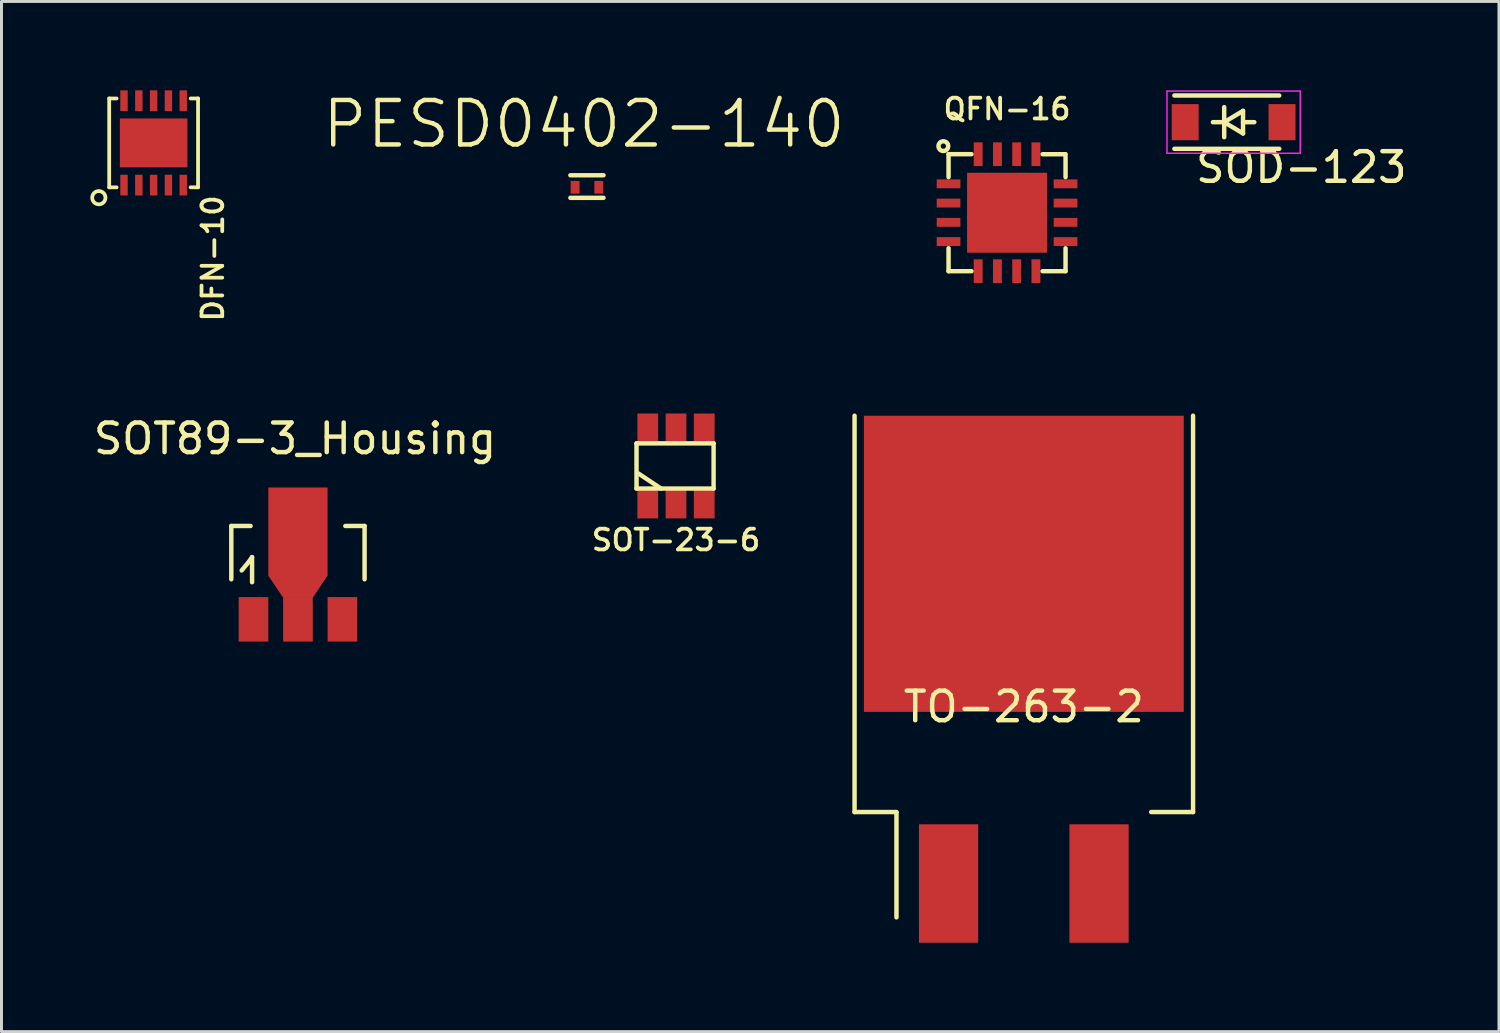
<source format=kicad_pcb>
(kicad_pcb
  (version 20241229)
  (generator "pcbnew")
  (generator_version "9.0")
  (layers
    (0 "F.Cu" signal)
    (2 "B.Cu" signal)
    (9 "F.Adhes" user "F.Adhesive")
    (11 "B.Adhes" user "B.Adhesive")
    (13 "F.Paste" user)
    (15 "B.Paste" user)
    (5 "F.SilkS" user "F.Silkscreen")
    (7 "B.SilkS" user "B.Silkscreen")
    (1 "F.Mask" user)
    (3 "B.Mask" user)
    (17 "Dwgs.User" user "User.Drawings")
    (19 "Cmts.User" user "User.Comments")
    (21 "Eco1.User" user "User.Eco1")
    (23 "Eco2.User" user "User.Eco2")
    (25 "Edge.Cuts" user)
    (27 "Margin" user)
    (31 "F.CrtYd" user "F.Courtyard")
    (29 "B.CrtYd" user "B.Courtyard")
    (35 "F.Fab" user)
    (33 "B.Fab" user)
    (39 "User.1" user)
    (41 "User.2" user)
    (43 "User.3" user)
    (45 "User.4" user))
  (footprint "QFN-16"
    (layer "F.Cu")
    (at 30.953 4.132)
    (property "Reference" "QFN-16" (at 0 -3.5 0) (layer "F.SilkS") (effects (font (size 0.7 0.7) (thickness 0.127))))
    (attr through_hole)
    (fp_line (start -1.975 -1.201) (end -1.975 -1.976) (stroke (width 0.15) (type solid)) (layer "F.SilkS"))
    (fp_line (start -1.975 1.201) (end -1.975 1.975) (stroke (width 0.15) (type solid)) (layer "F.SilkS"))
    (fp_line (start -1.974 -1.976) (end -1.201 -1.976) (stroke (width 0.15) (type solid)) (layer "F.SilkS"))
    (fp_line (start -1.201 1.975) (end -1.975 1.975) (stroke (width 0.15) (type solid)) (layer "F.SilkS"))
    (fp_line (start 1.201 -1.975) (end 1.961 -1.975) (stroke (width 0.15) (type solid)) (layer "F.SilkS"))
    (fp_line (start 1.201 1.975) (end 1.975 1.975) (stroke (width 0.15) (type solid)) (layer "F.SilkS"))
    (fp_line (start 1.975 -1.201) (end 1.975 -1.974) (stroke (width 0.15) (type solid)) (layer "F.SilkS"))
    (fp_line (start 1.975 1.201) (end 1.975 1.975) (stroke (width 0.15) (type solid)) (layer "F.SilkS"))
    (fp_circle (center -2.151 -2.248) (end -2.311 -2.286) (stroke (width 0.15) (type solid)) (fill no) (layer "F.SilkS"))
    (pad "1" smd rect (at -0.975 -1.975) (size 0.3 0.8) (layers "F.Cu" "F.Mask" "F.Paste"))
    (pad "2" smd rect (at -0.325 -1.975) (size 0.3 0.8) (layers "F.Cu" "F.Mask" "F.Paste"))
    (pad "3" smd rect (at 0.325 -1.975) (size 0.3 0.8) (layers "F.Cu" "F.Mask" "F.Paste"))
    (pad "4" smd rect (at 0.975 -1.975) (size 0.3 0.8) (layers "F.Cu" "F.Mask" "F.Paste"))
    (pad "5" smd rect (at 1.975 -0.975) (size 0.8 0.3) (layers "F.Cu" "F.Mask" "F.Paste"))
    (pad "6" smd rect (at 1.975 -0.325) (size 0.8 0.3) (layers "F.Cu" "F.Mask" "F.Paste"))
    (pad "7" smd rect (at 1.975 0.325) (size 0.8 0.3) (layers "F.Cu" "F.Mask" "F.Paste"))
    (pad "8" smd rect (at 1.975 0.975) (size 0.8 0.3) (layers "F.Cu" "F.Mask" "F.Paste"))
    (pad "9" smd rect (at 0.975 1.975) (size 0.3 0.8) (layers "F.Cu" "F.Mask" "F.Paste"))
    (pad "10" smd rect (at 0.325 1.975) (size 0.3 0.8) (layers "F.Cu" "F.Mask" "F.Paste"))
    (pad "11" smd rect (at -0.325 1.975) (size 0.3 0.8) (layers "F.Cu" "F.Mask" "F.Paste"))
    (pad "12" smd rect (at -0.975 1.975) (size 0.3 0.8) (layers "F.Cu" "F.Mask" "F.Paste"))
    (pad "13" smd rect (at -1.975 0.975) (size 0.8 0.3) (layers "F.Cu" "F.Mask" "F.Paste"))
    (pad "14" smd rect (at -1.975 0.325) (size 0.8 0.3) (layers "F.Cu" "F.Mask" "F.Paste"))
    (pad "15" smd rect (at -1.975 -0.325) (size 0.8 0.3) (layers "F.Cu" "F.Mask" "F.Paste"))
    (pad "16" smd rect (at -1.975 -0.975) (size 0.8 0.3) (layers "F.Cu" "F.Mask" "F.Paste"))
    (pad "17" smd rect (at 0 0) (size 2.7 2.7) (layers "F.Cu" "F.Mask" "F.Paste")))
  (footprint "SOT-23-6"
    (layer "F.Cu")
    (at 19.775 12.683)
    (property "Reference" "SOT-23-6" (at 0 2.5 180) (layer "F.SilkS") (effects (font (size 0.7 0.7) (thickness 0.127))))
    (attr through_hole)
    (fp_line (start -1.333 -0.762) (end 1.27 -0.762) (stroke (width 0.15) (type solid)) (layer "F.SilkS"))
    (fp_line (start -1.333 0.762) (end -1.333 -0.762) (stroke (width 0.15) (type solid)) (layer "F.SilkS"))
    (fp_line (start -0.508 0.762) (end -1.27 0.254) (stroke (width 0.15) (type solid)) (layer "F.SilkS"))
    (fp_line (start 1.27 -0.762) (end 1.27 0.762) (stroke (width 0.15) (type solid)) (layer "F.SilkS"))
    (fp_line (start 1.27 0.762) (end -1.333 0.762) (stroke (width 0.15) (type solid)) (layer "F.SilkS"))
    (pad "1" smd rect (at -0.953 1.27) (size 0.701 1.001) (layers "F.Cu" "F.Mask" "F.Paste"))
    (pad "2" smd rect (at 0 1.27) (size 0.701 1.001) (layers "F.Cu" "F.Mask" "F.Paste"))
    (pad "3" smd rect (at 0.953 1.27) (size 0.701 1.001) (layers "F.Cu" "F.Mask" "F.Paste"))
    (pad "4" smd rect (at 0.953 -1.27) (size 0.701 1.001) (layers "F.Cu" "F.Mask" "F.Paste"))
    (pad "5" smd rect (at 0 -1.27) (size 0.701 1.001) (layers "F.Cu" "F.Mask" "F.Paste"))
    (pad "6" smd rect (at -0.953 -1.27) (size 0.701 1.001) (layers "F.Cu" "F.Mask" "F.Paste")))
  (footprint "DFN-10"
    (layer "F.Cu")
    (at 2.137 1.775)
    (property "Reference" "DFN-10" (at 2 3.9 90) (layer "F.SilkS") (effects (font (size 0.7 0.7) (thickness 0.127))))
    (attr through_hole)
    (fp_line (start -1.5 -1.5) (end -1.25 -1.5) (stroke (width 0.127) (type solid)) (layer "F.SilkS"))
    (fp_line (start -1.5 1.5) (end -1.5 -1.5) (stroke (width 0.127) (type solid)) (layer "F.SilkS"))
    (fp_line (start -1.25 1.5) (end -1.5 1.5) (stroke (width 0.127) (type solid)) (layer "F.SilkS"))
    (fp_line (start 1.25 -1.5) (end 1.5 -1.5) (stroke (width 0.127) (type solid)) (layer "F.SilkS"))
    (fp_line (start 1.5 -1.5) (end 1.5 1.5) (stroke (width 0.127) (type solid)) (layer "F.SilkS"))
    (fp_line (start 1.5 1.5) (end 1.25 1.5) (stroke (width 0.127) (type solid)) (layer "F.SilkS"))
    (fp_circle (center -1.85 1.85) (end -1.95 2.05) (stroke (width 0.127) (type solid)) (fill no) (layer "F.SilkS"))
    (pad "1" smd rect (at -1 1.425) (size 0.25 0.7) (layers "F.Cu" "F.Mask" "F.Paste"))
    (pad "2" smd rect (at -0.5 1.425) (size 0.25 0.7) (layers "F.Cu" "F.Mask" "F.Paste"))
    (pad "3" smd rect (at 0 1.425) (size 0.25 0.7) (layers "F.Cu" "F.Mask" "F.Paste"))
    (pad "4" smd rect (at 0.5 1.425) (size 0.25 0.7) (layers "F.Cu" "F.Mask" "F.Paste"))
    (pad "5" smd rect (at 1 1.425) (size 0.25 0.7) (layers "F.Cu" "F.Mask" "F.Paste"))
    (pad "6" smd rect (at 1 -1.425) (size 0.25 0.7) (layers "F.Cu" "F.Mask" "F.Paste"))
    (pad "7" smd rect (at 0.5 -1.425) (size 0.25 0.7) (layers "F.Cu" "F.Mask" "F.Paste"))
    (pad "8" smd rect (at 0 -1.425) (size 0.25 0.7) (layers "F.Cu" "F.Mask" "F.Paste"))
    (pad "9" smd rect (at -0.5 -1.425) (size 0.25 0.7) (layers "F.Cu" "F.Mask" "F.Paste"))
    (pad "10" smd rect (at -1 -1.425) (size 0.25 0.7) (layers "F.Cu" "F.Mask" "F.Paste"))
    (pad "11" smd rect (at 0 0) (size 2.28 1.65) (layers "F.Cu" "F.Mask" "F.Paste")))
  (footprint "TO-263-2"
    (layer "F.Cu")
    (at 31.519 26.782)
    (property "Reference" "TO-263-2" (at 0 -5.969 0) (layer "F.SilkS") (effects (font (size 1 1) (thickness 0.15))))
    (attr smd)
    (fp_line (start -5.715 -2.413) (end -5.715 -15.795) (stroke (width 0.15) (type solid)) (layer "F.SilkS"))
    (fp_line (start -5.715 -2.413) (end -4.3 -2.413) (stroke (width 0.15) (type solid)) (layer "F.SilkS"))
    (fp_line (start -4.3 -2.4) (end -4.3 1.143) (stroke (width 0.15) (type solid)) (layer "F.SilkS"))
    (fp_line (start 4.3 -2.413) (end 5.715 -2.413) (stroke (width 0.15) (type solid)) (layer "F.SilkS"))
    (fp_line (start 5.715 -15.795) (end 5.715 -2.413) (stroke (width 0.15) (type solid)) (layer "F.SilkS"))
    (pad "1" smd rect (at -2.54 0) (size 2 4) (layers "F.Cu" "F.Mask" "F.Paste"))
    (pad "2" smd rect (at 2.54 0) (size 2 4) (layers "F.Cu" "F.Mask" "F.Paste"))
    (pad "3" smd rect (at 0 -10.795) (size 10.8 10) (layers "F.Cu" "F.Mask" "F.Paste")))
  (footprint "SOT89-3_Housing"
    (layer "F.Cu")
    (at 7.01 16.01)
    (property "Reference" "SOT89-3_Housing" (at -0.099 -4.249 0) (layer "F.SilkS") (effects (font (size 1 1) (thickness 0.15))))
    (attr smd)
    (fp_line (start -2.25 -1.3) (end -2.25 0.5) (stroke (width 0.15) (type solid)) (layer "F.SilkS"))
    (fp_line (start -2.25 -1.3) (end -1.6 -1.3) (stroke (width 0.15) (type solid)) (layer "F.SilkS"))
    (fp_line (start -1.9 0.201) (end -1.651 -0.099) (stroke (width 0.15) (type solid)) (layer "F.SilkS"))
    (fp_line (start -1.651 -0.099) (end -1.549 -0.249) (stroke (width 0.15) (type solid)) (layer "F.SilkS"))
    (fp_line (start -1.549 -0.249) (end -1.549 0.599) (stroke (width 0.15) (type solid)) (layer "F.SilkS"))
    (fp_line (start 2.25 -1.3) (end 1.6 -1.3) (stroke (width 0.15) (type solid)) (layer "F.SilkS"))
    (fp_line (start 2.25 -1.3) (end 2.25 0.5) (stroke (width 0.15) (type solid)) (layer "F.SilkS"))
    (pad "1" smd rect (at -1.501 1.852) (size 1.001 1.501) (layers "F.Cu" "F.Mask" "F.Paste"))
    (pad "2" smd rect (at 0 -1.1) (size 1.999 3) (layers "F.Cu" "F.Mask" "F.Paste"))
    (pad "2" smd trapezoid (at 0 0.749 180) (size 1.501 0.749) (rect_delta 0 0.5) (layers "F.Cu" "F.Mask" "F.Paste"))
    (pad "2" smd rect (at 0 1.852) (size 1.001 1.501) (layers "F.Cu" "F.Mask" "F.Paste"))
    (pad "3" smd rect (at 1.501 1.852) (size 1.001 1.501) (layers "F.Cu" "F.Mask" "F.Paste")))
  (footprint "SOD-123"
    (layer "F.Cu")
    (at 38.603 1.075)
    (property "Reference" "SOD-123" (at 2.286 1.524 0) (layer "F.SilkS") (effects (font (size 1 1) (thickness 0.15))))
    (attr smd)
    (fp_line (start -2 -0.9) (end 1.54 -0.9) (stroke (width 0.15) (type solid)) (layer "F.SilkS"))
    (fp_line (start -2 0.9) (end 1.54 0.9) (stroke (width 0.15) (type solid)) (layer "F.SilkS"))
    (fp_line (start -0.699 0) (end -0.318 0) (stroke (width 0.15) (type solid)) (layer "F.SilkS"))
    (fp_line (start -0.318 -0.508) (end -0.318 0.508) (stroke (width 0.15) (type solid)) (layer "F.SilkS"))
    (fp_line (start -0.318 0) (end 0.318 -0.381) (stroke (width 0.15) (type solid)) (layer "F.SilkS"))
    (fp_line (start 0.318 -0.381) (end 0.318 0.381) (stroke (width 0.15) (type solid)) (layer "F.SilkS"))
    (fp_line (start 0.318 0) (end 0.699 0) (stroke (width 0.15) (type solid)) (layer "F.SilkS"))
    (fp_line (start 0.318 0.381) (end -0.318 0) (stroke (width 0.15) (type solid)) (layer "F.SilkS"))
    (fp_line (start -2.25 -1.05) (end -2.25 1.05) (stroke (width 0.05) (type solid)) (layer "F.CrtYd"))
    (fp_line (start -2.25 -1.05) (end 2.25 -1.05) (stroke (width 0.05) (type solid)) (layer "F.CrtYd"))
    (fp_line (start 2.25 -1.05) (end 2.25 1.05) (stroke (width 0.05) (type solid)) (layer "F.CrtYd"))
    (fp_line (start 2.25 1.05) (end -2.25 1.05) (stroke (width 0.05) (type solid)) (layer "F.CrtYd"))
    (pad "1" smd rect (at 1.635 0) (size 0.91 1.22) (layers "F.Cu" "F.Mask" "F.Paste"))
    (pad "2" smd rect (at -1.635 0) (size 0.91 1.22) (layers "F.Cu" "F.Mask" "F.Paste")))
  (footprint "PESD0402-140"
    (layer "F.Cu")
    (at 16.768 3.274)
    (property "Reference" "PESD0402-140" (at -0.102 -2.134 0) (layer "F.SilkS") (effects (font (size 1.5 1.5) (thickness 0.15))))
    (attr through_hole)
    (fp_line (start -0.559 -0.406) (end 0.559 -0.406) (stroke (width 0.15) (type solid)) (layer "F.SilkS"))
    (fp_line (start -0.559 0.356) (end 0.559 0.356) (stroke (width 0.15) (type solid)) (layer "F.SilkS"))
    (pad "1" smd rect (at -0.4 0) (size 0.3 0.43) (layers "F.Cu" "F.Mask" "F.Paste"))
    (pad "2" smd rect (at 0.4 0) (size 0.3 0.43) (layers "F.Cu" "F.Mask" "F.Paste")))
  (gr_rect
    (start -3 -3)
    (end 47.562 31.782)
    (stroke (width 0.1) (type default))
    (fill no)
    (layer "Edge.Cuts")))
</source>
